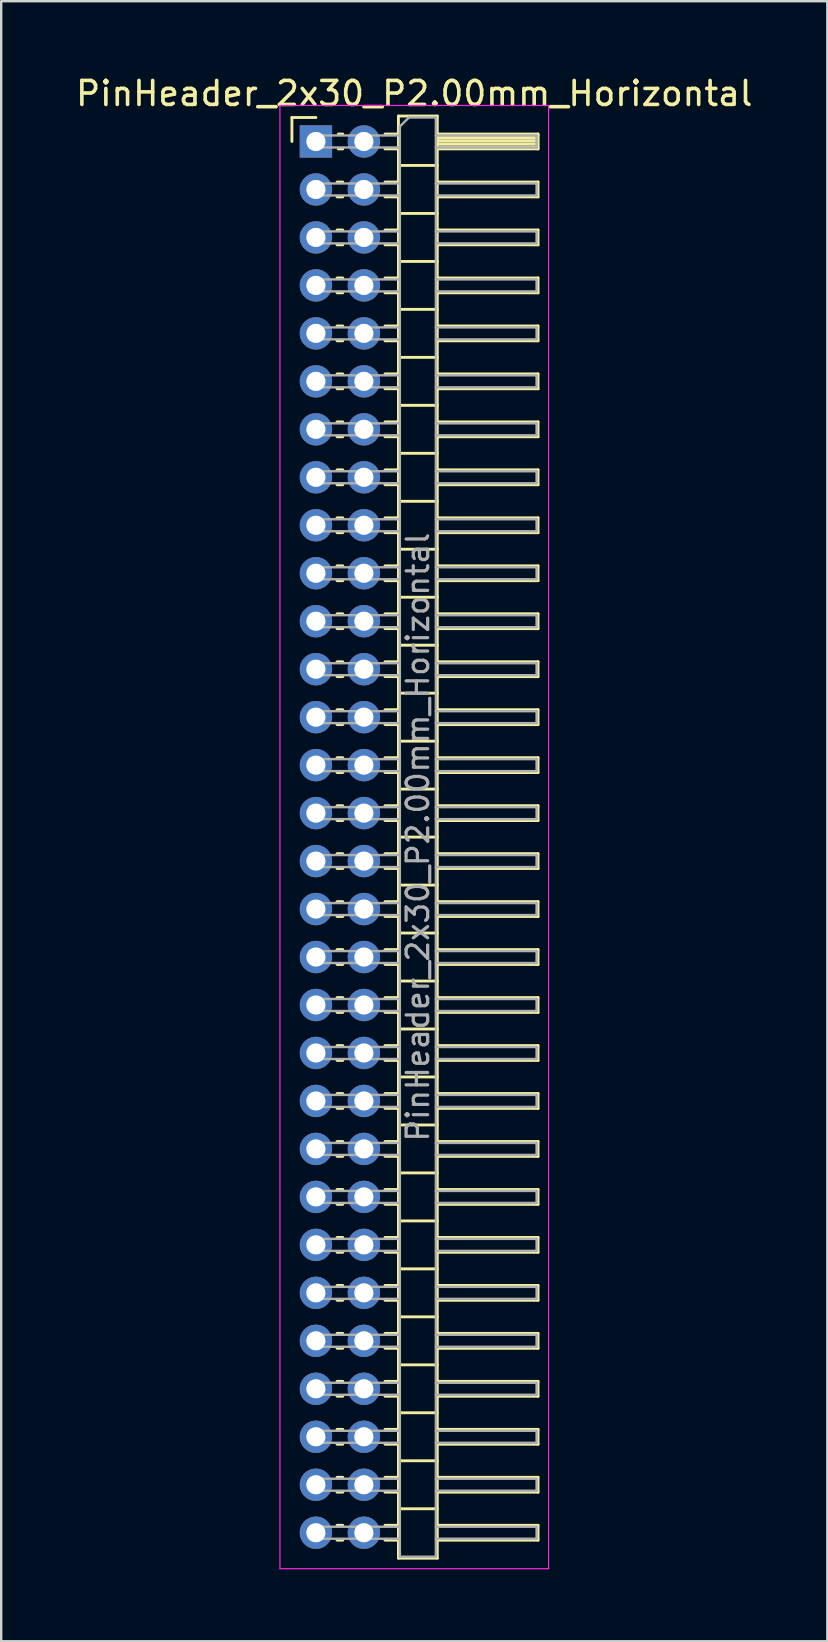
<source format=kicad_pcb>
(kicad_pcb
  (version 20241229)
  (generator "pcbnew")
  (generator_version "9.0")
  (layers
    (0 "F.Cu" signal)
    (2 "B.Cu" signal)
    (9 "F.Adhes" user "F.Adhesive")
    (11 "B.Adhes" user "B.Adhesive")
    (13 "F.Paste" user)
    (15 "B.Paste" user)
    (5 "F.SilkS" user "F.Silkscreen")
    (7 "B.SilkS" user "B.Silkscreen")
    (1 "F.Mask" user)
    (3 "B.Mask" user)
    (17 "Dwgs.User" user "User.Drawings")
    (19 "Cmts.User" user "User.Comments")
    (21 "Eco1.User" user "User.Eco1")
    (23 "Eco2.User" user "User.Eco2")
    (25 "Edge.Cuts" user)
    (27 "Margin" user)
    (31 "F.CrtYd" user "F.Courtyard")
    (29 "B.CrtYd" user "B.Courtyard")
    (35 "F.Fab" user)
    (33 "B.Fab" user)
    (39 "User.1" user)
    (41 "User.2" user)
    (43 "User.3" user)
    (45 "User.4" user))
  (footprint "PinHeader_2x30_P2.00mm_Horizontal"
    (layer "F.Cu")
    (at 10.12 2.848)
    (property "Reference" "PinHeader_2x30_P2.00mm_Horizontal" (at 4.1 -2 0) (layer "F.SilkS") (effects (font (size 1 1) (thickness 0.15))))
    (attr through_hole)
    (fp_line (start -1 -1) (end 0 -1) (stroke (width 0.12) (type solid)) (layer "F.SilkS"))
    (fp_line (start -1 0) (end -1 -1) (stroke (width 0.12) (type solid)) (layer "F.SilkS"))
    (fp_line (start 0.882 1.69) (end 1.118 1.69) (stroke (width 0.12) (type solid)) (layer "F.SilkS"))
    (fp_line (start 0.882 2.31) (end 1.118 2.31) (stroke (width 0.12) (type solid)) (layer "F.SilkS"))
    (fp_line (start 0.882 3.69) (end 1.118 3.69) (stroke (width 0.12) (type solid)) (layer "F.SilkS"))
    (fp_line (start 0.882 4.31) (end 1.118 4.31) (stroke (width 0.12) (type solid)) (layer "F.SilkS"))
    (fp_line (start 0.882 5.69) (end 1.118 5.69) (stroke (width 0.12) (type solid)) (layer "F.SilkS"))
    (fp_line (start 0.882 6.31) (end 1.118 6.31) (stroke (width 0.12) (type solid)) (layer "F.SilkS"))
    (fp_line (start 0.882 7.69) (end 1.118 7.69) (stroke (width 0.12) (type solid)) (layer "F.SilkS"))
    (fp_line (start 0.882 8.31) (end 1.118 8.31) (stroke (width 0.12) (type solid)) (layer "F.SilkS"))
    (fp_line (start 0.882 9.69) (end 1.118 9.69) (stroke (width 0.12) (type solid)) (layer "F.SilkS"))
    (fp_line (start 0.882 10.31) (end 1.118 10.31) (stroke (width 0.12) (type solid)) (layer "F.SilkS"))
    (fp_line (start 0.882 11.69) (end 1.118 11.69) (stroke (width 0.12) (type solid)) (layer "F.SilkS"))
    (fp_line (start 0.882 12.31) (end 1.118 12.31) (stroke (width 0.12) (type solid)) (layer "F.SilkS"))
    (fp_line (start 0.882 13.69) (end 1.118 13.69) (stroke (width 0.12) (type solid)) (layer "F.SilkS"))
    (fp_line (start 0.882 14.31) (end 1.118 14.31) (stroke (width 0.12) (type solid)) (layer "F.SilkS"))
    (fp_line (start 0.882 15.69) (end 1.118 15.69) (stroke (width 0.12) (type solid)) (layer "F.SilkS"))
    (fp_line (start 0.882 16.31) (end 1.118 16.31) (stroke (width 0.12) (type solid)) (layer "F.SilkS"))
    (fp_line (start 0.882 17.69) (end 1.118 17.69) (stroke (width 0.12) (type solid)) (layer "F.SilkS"))
    (fp_line (start 0.882 18.31) (end 1.118 18.31) (stroke (width 0.12) (type solid)) (layer "F.SilkS"))
    (fp_line (start 0.882 19.69) (end 1.118 19.69) (stroke (width 0.12) (type solid)) (layer "F.SilkS"))
    (fp_line (start 0.882 20.31) (end 1.118 20.31) (stroke (width 0.12) (type solid)) (layer "F.SilkS"))
    (fp_line (start 0.882 21.69) (end 1.118 21.69) (stroke (width 0.12) (type solid)) (layer "F.SilkS"))
    (fp_line (start 0.882 22.31) (end 1.118 22.31) (stroke (width 0.12) (type solid)) (layer "F.SilkS"))
    (fp_line (start 0.882 23.69) (end 1.118 23.69) (stroke (width 0.12) (type solid)) (layer "F.SilkS"))
    (fp_line (start 0.882 24.31) (end 1.118 24.31) (stroke (width 0.12) (type solid)) (layer "F.SilkS"))
    (fp_line (start 0.882 25.69) (end 1.118 25.69) (stroke (width 0.12) (type solid)) (layer "F.SilkS"))
    (fp_line (start 0.882 26.31) (end 1.118 26.31) (stroke (width 0.12) (type solid)) (layer "F.SilkS"))
    (fp_line (start 0.882 27.69) (end 1.118 27.69) (stroke (width 0.12) (type solid)) (layer "F.SilkS"))
    (fp_line (start 0.882 28.31) (end 1.118 28.31) (stroke (width 0.12) (type solid)) (layer "F.SilkS"))
    (fp_line (start 0.882 29.69) (end 1.118 29.69) (stroke (width 0.12) (type solid)) (layer "F.SilkS"))
    (fp_line (start 0.882 30.31) (end 1.118 30.31) (stroke (width 0.12) (type solid)) (layer "F.SilkS"))
    (fp_line (start 0.882 31.69) (end 1.118 31.69) (stroke (width 0.12) (type solid)) (layer "F.SilkS"))
    (fp_line (start 0.882 32.31) (end 1.118 32.31) (stroke (width 0.12) (type solid)) (layer "F.SilkS"))
    (fp_line (start 0.882 33.69) (end 1.118 33.69) (stroke (width 0.12) (type solid)) (layer "F.SilkS"))
    (fp_line (start 0.882 34.31) (end 1.118 34.31) (stroke (width 0.12) (type solid)) (layer "F.SilkS"))
    (fp_line (start 0.882 35.69) (end 1.118 35.69) (stroke (width 0.12) (type solid)) (layer "F.SilkS"))
    (fp_line (start 0.882 36.31) (end 1.118 36.31) (stroke (width 0.12) (type solid)) (layer "F.SilkS"))
    (fp_line (start 0.882 37.69) (end 1.118 37.69) (stroke (width 0.12) (type solid)) (layer "F.SilkS"))
    (fp_line (start 0.882 38.31) (end 1.118 38.31) (stroke (width 0.12) (type solid)) (layer "F.SilkS"))
    (fp_line (start 0.882 39.69) (end 1.118 39.69) (stroke (width 0.12) (type solid)) (layer "F.SilkS"))
    (fp_line (start 0.882 40.31) (end 1.118 40.31) (stroke (width 0.12) (type solid)) (layer "F.SilkS"))
    (fp_line (start 0.882 41.69) (end 1.118 41.69) (stroke (width 0.12) (type solid)) (layer "F.SilkS"))
    (fp_line (start 0.882 42.31) (end 1.118 42.31) (stroke (width 0.12) (type solid)) (layer "F.SilkS"))
    (fp_line (start 0.882 43.69) (end 1.118 43.69) (stroke (width 0.12) (type solid)) (layer "F.SilkS"))
    (fp_line (start 0.882 44.31) (end 1.118 44.31) (stroke (width 0.12) (type solid)) (layer "F.SilkS"))
    (fp_line (start 0.882 45.69) (end 1.118 45.69) (stroke (width 0.12) (type solid)) (layer "F.SilkS"))
    (fp_line (start 0.882 46.31) (end 1.118 46.31) (stroke (width 0.12) (type solid)) (layer "F.SilkS"))
    (fp_line (start 0.882 47.69) (end 1.118 47.69) (stroke (width 0.12) (type solid)) (layer "F.SilkS"))
    (fp_line (start 0.882 48.31) (end 1.118 48.31) (stroke (width 0.12) (type solid)) (layer "F.SilkS"))
    (fp_line (start 0.882 49.69) (end 1.118 49.69) (stroke (width 0.12) (type solid)) (layer "F.SilkS"))
    (fp_line (start 0.882 50.31) (end 1.118 50.31) (stroke (width 0.12) (type solid)) (layer "F.SilkS"))
    (fp_line (start 0.882 51.69) (end 1.118 51.69) (stroke (width 0.12) (type solid)) (layer "F.SilkS"))
    (fp_line (start 0.882 52.31) (end 1.118 52.31) (stroke (width 0.12) (type solid)) (layer "F.SilkS"))
    (fp_line (start 0.882 53.69) (end 1.118 53.69) (stroke (width 0.12) (type solid)) (layer "F.SilkS"))
    (fp_line (start 0.882 54.31) (end 1.118 54.31) (stroke (width 0.12) (type solid)) (layer "F.SilkS"))
    (fp_line (start 0.882 55.69) (end 1.118 55.69) (stroke (width 0.12) (type solid)) (layer "F.SilkS"))
    (fp_line (start 0.882 56.31) (end 1.118 56.31) (stroke (width 0.12) (type solid)) (layer "F.SilkS"))
    (fp_line (start 0.882 57.69) (end 1.118 57.69) (stroke (width 0.12) (type solid)) (layer "F.SilkS"))
    (fp_line (start 0.882 58.31) (end 1.118 58.31) (stroke (width 0.12) (type solid)) (layer "F.SilkS"))
    (fp_line (start 0.935 -0.31) (end 1.118 -0.31) (stroke (width 0.12) (type solid)) (layer "F.SilkS"))
    (fp_line (start 0.935 0.31) (end 1.118 0.31) (stroke (width 0.12) (type solid)) (layer "F.SilkS"))
    (fp_line (start 2.882 -0.31) (end 3.44 -0.31) (stroke (width 0.12) (type solid)) (layer "F.SilkS"))
    (fp_line (start 2.882 0.31) (end 3.44 0.31) (stroke (width 0.12) (type solid)) (layer "F.SilkS"))
    (fp_line (start 2.882 1.69) (end 3.44 1.69) (stroke (width 0.12) (type solid)) (layer "F.SilkS"))
    (fp_line (start 2.882 2.31) (end 3.44 2.31) (stroke (width 0.12) (type solid)) (layer "F.SilkS"))
    (fp_line (start 2.882 3.69) (end 3.44 3.69) (stroke (width 0.12) (type solid)) (layer "F.SilkS"))
    (fp_line (start 2.882 4.31) (end 3.44 4.31) (stroke (width 0.12) (type solid)) (layer "F.SilkS"))
    (fp_line (start 2.882 5.69) (end 3.44 5.69) (stroke (width 0.12) (type solid)) (layer "F.SilkS"))
    (fp_line (start 2.882 6.31) (end 3.44 6.31) (stroke (width 0.12) (type solid)) (layer "F.SilkS"))
    (fp_line (start 2.882 7.69) (end 3.44 7.69) (stroke (width 0.12) (type solid)) (layer "F.SilkS"))
    (fp_line (start 2.882 8.31) (end 3.44 8.31) (stroke (width 0.12) (type solid)) (layer "F.SilkS"))
    (fp_line (start 2.882 9.69) (end 3.44 9.69) (stroke (width 0.12) (type solid)) (layer "F.SilkS"))
    (fp_line (start 2.882 10.31) (end 3.44 10.31) (stroke (width 0.12) (type solid)) (layer "F.SilkS"))
    (fp_line (start 2.882 11.69) (end 3.44 11.69) (stroke (width 0.12) (type solid)) (layer "F.SilkS"))
    (fp_line (start 2.882 12.31) (end 3.44 12.31) (stroke (width 0.12) (type solid)) (layer "F.SilkS"))
    (fp_line (start 2.882 13.69) (end 3.44 13.69) (stroke (width 0.12) (type solid)) (layer "F.SilkS"))
    (fp_line (start 2.882 14.31) (end 3.44 14.31) (stroke (width 0.12) (type solid)) (layer "F.SilkS"))
    (fp_line (start 2.882 15.69) (end 3.44 15.69) (stroke (width 0.12) (type solid)) (layer "F.SilkS"))
    (fp_line (start 2.882 16.31) (end 3.44 16.31) (stroke (width 0.12) (type solid)) (layer "F.SilkS"))
    (fp_line (start 2.882 17.69) (end 3.44 17.69) (stroke (width 0.12) (type solid)) (layer "F.SilkS"))
    (fp_line (start 2.882 18.31) (end 3.44 18.31) (stroke (width 0.12) (type solid)) (layer "F.SilkS"))
    (fp_line (start 2.882 19.69) (end 3.44 19.69) (stroke (width 0.12) (type solid)) (layer "F.SilkS"))
    (fp_line (start 2.882 20.31) (end 3.44 20.31) (stroke (width 0.12) (type solid)) (layer "F.SilkS"))
    (fp_line (start 2.882 21.69) (end 3.44 21.69) (stroke (width 0.12) (type solid)) (layer "F.SilkS"))
    (fp_line (start 2.882 22.31) (end 3.44 22.31) (stroke (width 0.12) (type solid)) (layer "F.SilkS"))
    (fp_line (start 2.882 23.69) (end 3.44 23.69) (stroke (width 0.12) (type solid)) (layer "F.SilkS"))
    (fp_line (start 2.882 24.31) (end 3.44 24.31) (stroke (width 0.12) (type solid)) (layer "F.SilkS"))
    (fp_line (start 2.882 25.69) (end 3.44 25.69) (stroke (width 0.12) (type solid)) (layer "F.SilkS"))
    (fp_line (start 2.882 26.31) (end 3.44 26.31) (stroke (width 0.12) (type solid)) (layer "F.SilkS"))
    (fp_line (start 2.882 27.69) (end 3.44 27.69) (stroke (width 0.12) (type solid)) (layer "F.SilkS"))
    (fp_line (start 2.882 28.31) (end 3.44 28.31) (stroke (width 0.12) (type solid)) (layer "F.SilkS"))
    (fp_line (start 2.882 29.69) (end 3.44 29.69) (stroke (width 0.12) (type solid)) (layer "F.SilkS"))
    (fp_line (start 2.882 30.31) (end 3.44 30.31) (stroke (width 0.12) (type solid)) (layer "F.SilkS"))
    (fp_line (start 2.882 31.69) (end 3.44 31.69) (stroke (width 0.12) (type solid)) (layer "F.SilkS"))
    (fp_line (start 2.882 32.31) (end 3.44 32.31) (stroke (width 0.12) (type solid)) (layer "F.SilkS"))
    (fp_line (start 2.882 33.69) (end 3.44 33.69) (stroke (width 0.12) (type solid)) (layer "F.SilkS"))
    (fp_line (start 2.882 34.31) (end 3.44 34.31) (stroke (width 0.12) (type solid)) (layer "F.SilkS"))
    (fp_line (start 2.882 35.69) (end 3.44 35.69) (stroke (width 0.12) (type solid)) (layer "F.SilkS"))
    (fp_line (start 2.882 36.31) (end 3.44 36.31) (stroke (width 0.12) (type solid)) (layer "F.SilkS"))
    (fp_line (start 2.882 37.69) (end 3.44 37.69) (stroke (width 0.12) (type solid)) (layer "F.SilkS"))
    (fp_line (start 2.882 38.31) (end 3.44 38.31) (stroke (width 0.12) (type solid)) (layer "F.SilkS"))
    (fp_line (start 2.882 39.69) (end 3.44 39.69) (stroke (width 0.12) (type solid)) (layer "F.SilkS"))
    (fp_line (start 2.882 40.31) (end 3.44 40.31) (stroke (width 0.12) (type solid)) (layer "F.SilkS"))
    (fp_line (start 2.882 41.69) (end 3.44 41.69) (stroke (width 0.12) (type solid)) (layer "F.SilkS"))
    (fp_line (start 2.882 42.31) (end 3.44 42.31) (stroke (width 0.12) (type solid)) (layer "F.SilkS"))
    (fp_line (start 2.882 43.69) (end 3.44 43.69) (stroke (width 0.12) (type solid)) (layer "F.SilkS"))
    (fp_line (start 2.882 44.31) (end 3.44 44.31) (stroke (width 0.12) (type solid)) (layer "F.SilkS"))
    (fp_line (start 2.882 45.69) (end 3.44 45.69) (stroke (width 0.12) (type solid)) (layer "F.SilkS"))
    (fp_line (start 2.882 46.31) (end 3.44 46.31) (stroke (width 0.12) (type solid)) (layer "F.SilkS"))
    (fp_line (start 2.882 47.69) (end 3.44 47.69) (stroke (width 0.12) (type solid)) (layer "F.SilkS"))
    (fp_line (start 2.882 48.31) (end 3.44 48.31) (stroke (width 0.12) (type solid)) (layer "F.SilkS"))
    (fp_line (start 2.882 49.69) (end 3.44 49.69) (stroke (width 0.12) (type solid)) (layer "F.SilkS"))
    (fp_line (start 2.882 50.31) (end 3.44 50.31) (stroke (width 0.12) (type solid)) (layer "F.SilkS"))
    (fp_line (start 2.882 51.69) (end 3.44 51.69) (stroke (width 0.12) (type solid)) (layer "F.SilkS"))
    (fp_line (start 2.882 52.31) (end 3.44 52.31) (stroke (width 0.12) (type solid)) (layer "F.SilkS"))
    (fp_line (start 2.882 53.69) (end 3.44 53.69) (stroke (width 0.12) (type solid)) (layer "F.SilkS"))
    (fp_line (start 2.882 54.31) (end 3.44 54.31) (stroke (width 0.12) (type solid)) (layer "F.SilkS"))
    (fp_line (start 2.882 55.69) (end 3.44 55.69) (stroke (width 0.12) (type solid)) (layer "F.SilkS"))
    (fp_line (start 2.882 56.31) (end 3.44 56.31) (stroke (width 0.12) (type solid)) (layer "F.SilkS"))
    (fp_line (start 2.882 57.69) (end 3.44 57.69) (stroke (width 0.12) (type solid)) (layer "F.SilkS"))
    (fp_line (start 2.882 58.31) (end 3.44 58.31) (stroke (width 0.12) (type solid)) (layer "F.SilkS"))
    (fp_line (start 3.44 -1.06) (end 3.44 59.06) (stroke (width 0.12) (type solid)) (layer "F.SilkS"))
    (fp_line (start 3.44 1) (end 5.06 1) (stroke (width 0.12) (type solid)) (layer "F.SilkS"))
    (fp_line (start 3.44 3) (end 5.06 3) (stroke (width 0.12) (type solid)) (layer "F.SilkS"))
    (fp_line (start 3.44 5) (end 5.06 5) (stroke (width 0.12) (type solid)) (layer "F.SilkS"))
    (fp_line (start 3.44 7) (end 5.06 7) (stroke (width 0.12) (type solid)) (layer "F.SilkS"))
    (fp_line (start 3.44 9) (end 5.06 9) (stroke (width 0.12) (type solid)) (layer "F.SilkS"))
    (fp_line (start 3.44 11) (end 5.06 11) (stroke (width 0.12) (type solid)) (layer "F.SilkS"))
    (fp_line (start 3.44 13) (end 5.06 13) (stroke (width 0.12) (type solid)) (layer "F.SilkS"))
    (fp_line (start 3.44 15) (end 5.06 15) (stroke (width 0.12) (type solid)) (layer "F.SilkS"))
    (fp_line (start 3.44 17) (end 5.06 17) (stroke (width 0.12) (type solid)) (layer "F.SilkS"))
    (fp_line (start 3.44 19) (end 5.06 19) (stroke (width 0.12) (type solid)) (layer "F.SilkS"))
    (fp_line (start 3.44 21) (end 5.06 21) (stroke (width 0.12) (type solid)) (layer "F.SilkS"))
    (fp_line (start 3.44 23) (end 5.06 23) (stroke (width 0.12) (type solid)) (layer "F.SilkS"))
    (fp_line (start 3.44 25) (end 5.06 25) (stroke (width 0.12) (type solid)) (layer "F.SilkS"))
    (fp_line (start 3.44 27) (end 5.06 27) (stroke (width 0.12) (type solid)) (layer "F.SilkS"))
    (fp_line (start 3.44 29) (end 5.06 29) (stroke (width 0.12) (type solid)) (layer "F.SilkS"))
    (fp_line (start 3.44 31) (end 5.06 31) (stroke (width 0.12) (type solid)) (layer "F.SilkS"))
    (fp_line (start 3.44 33) (end 5.06 33) (stroke (width 0.12) (type solid)) (layer "F.SilkS"))
    (fp_line (start 3.44 35) (end 5.06 35) (stroke (width 0.12) (type solid)) (layer "F.SilkS"))
    (fp_line (start 3.44 37) (end 5.06 37) (stroke (width 0.12) (type solid)) (layer "F.SilkS"))
    (fp_line (start 3.44 39) (end 5.06 39) (stroke (width 0.12) (type solid)) (layer "F.SilkS"))
    (fp_line (start 3.44 41) (end 5.06 41) (stroke (width 0.12) (type solid)) (layer "F.SilkS"))
    (fp_line (start 3.44 43) (end 5.06 43) (stroke (width 0.12) (type solid)) (layer "F.SilkS"))
    (fp_line (start 3.44 45) (end 5.06 45) (stroke (width 0.12) (type solid)) (layer "F.SilkS"))
    (fp_line (start 3.44 47) (end 5.06 47) (stroke (width 0.12) (type solid)) (layer "F.SilkS"))
    (fp_line (start 3.44 49) (end 5.06 49) (stroke (width 0.12) (type solid)) (layer "F.SilkS"))
    (fp_line (start 3.44 51) (end 5.06 51) (stroke (width 0.12) (type solid)) (layer "F.SilkS"))
    (fp_line (start 3.44 53) (end 5.06 53) (stroke (width 0.12) (type solid)) (layer "F.SilkS"))
    (fp_line (start 3.44 55) (end 5.06 55) (stroke (width 0.12) (type solid)) (layer "F.SilkS"))
    (fp_line (start 3.44 57) (end 5.06 57) (stroke (width 0.12) (type solid)) (layer "F.SilkS"))
    (fp_line (start 3.44 59.06) (end 5.06 59.06) (stroke (width 0.12) (type solid)) (layer "F.SilkS"))
    (fp_line (start 5.06 -1.06) (end 3.44 -1.06) (stroke (width 0.12) (type solid)) (layer "F.SilkS"))
    (fp_line (start 5.06 -0.31) (end 9.26 -0.31) (stroke (width 0.12) (type solid)) (layer "F.SilkS"))
    (fp_line (start 5.06 -0.25) (end 9.26 -0.25) (stroke (width 0.12) (type solid)) (layer "F.SilkS"))
    (fp_line (start 5.06 -0.13) (end 9.26 -0.13) (stroke (width 0.12) (type solid)) (layer "F.SilkS"))
    (fp_line (start 5.06 -0.01) (end 9.26 -0.01) (stroke (width 0.12) (type solid)) (layer "F.SilkS"))
    (fp_line (start 5.06 0.11) (end 9.26 0.11) (stroke (width 0.12) (type solid)) (layer "F.SilkS"))
    (fp_line (start 5.06 0.23) (end 9.26 0.23) (stroke (width 0.12) (type solid)) (layer "F.SilkS"))
    (fp_line (start 5.06 1.69) (end 9.26 1.69) (stroke (width 0.12) (type solid)) (layer "F.SilkS"))
    (fp_line (start 5.06 3.69) (end 9.26 3.69) (stroke (width 0.12) (type solid)) (layer "F.SilkS"))
    (fp_line (start 5.06 5.69) (end 9.26 5.69) (stroke (width 0.12) (type solid)) (layer "F.SilkS"))
    (fp_line (start 5.06 7.69) (end 9.26 7.69) (stroke (width 0.12) (type solid)) (layer "F.SilkS"))
    (fp_line (start 5.06 9.69) (end 9.26 9.69) (stroke (width 0.12) (type solid)) (layer "F.SilkS"))
    (fp_line (start 5.06 11.69) (end 9.26 11.69) (stroke (width 0.12) (type solid)) (layer "F.SilkS"))
    (fp_line (start 5.06 13.69) (end 9.26 13.69) (stroke (width 0.12) (type solid)) (layer "F.SilkS"))
    (fp_line (start 5.06 15.69) (end 9.26 15.69) (stroke (width 0.12) (type solid)) (layer "F.SilkS"))
    (fp_line (start 5.06 17.69) (end 9.26 17.69) (stroke (width 0.12) (type solid)) (layer "F.SilkS"))
    (fp_line (start 5.06 19.69) (end 9.26 19.69) (stroke (width 0.12) (type solid)) (layer "F.SilkS"))
    (fp_line (start 5.06 21.69) (end 9.26 21.69) (stroke (width 0.12) (type solid)) (layer "F.SilkS"))
    (fp_line (start 5.06 23.69) (end 9.26 23.69) (stroke (width 0.12) (type solid)) (layer "F.SilkS"))
    (fp_line (start 5.06 25.69) (end 9.26 25.69) (stroke (width 0.12) (type solid)) (layer "F.SilkS"))
    (fp_line (start 5.06 27.69) (end 9.26 27.69) (stroke (width 0.12) (type solid)) (layer "F.SilkS"))
    (fp_line (start 5.06 29.69) (end 9.26 29.69) (stroke (width 0.12) (type solid)) (layer "F.SilkS"))
    (fp_line (start 5.06 31.69) (end 9.26 31.69) (stroke (width 0.12) (type solid)) (layer "F.SilkS"))
    (fp_line (start 5.06 33.69) (end 9.26 33.69) (stroke (width 0.12) (type solid)) (layer "F.SilkS"))
    (fp_line (start 5.06 35.69) (end 9.26 35.69) (stroke (width 0.12) (type solid)) (layer "F.SilkS"))
    (fp_line (start 5.06 37.69) (end 9.26 37.69) (stroke (width 0.12) (type solid)) (layer "F.SilkS"))
    (fp_line (start 5.06 39.69) (end 9.26 39.69) (stroke (width 0.12) (type solid)) (layer "F.SilkS"))
    (fp_line (start 5.06 41.69) (end 9.26 41.69) (stroke (width 0.12) (type solid)) (layer "F.SilkS"))
    (fp_line (start 5.06 43.69) (end 9.26 43.69) (stroke (width 0.12) (type solid)) (layer "F.SilkS"))
    (fp_line (start 5.06 45.69) (end 9.26 45.69) (stroke (width 0.12) (type solid)) (layer "F.SilkS"))
    (fp_line (start 5.06 47.69) (end 9.26 47.69) (stroke (width 0.12) (type solid)) (layer "F.SilkS"))
    (fp_line (start 5.06 49.69) (end 9.26 49.69) (stroke (width 0.12) (type solid)) (layer "F.SilkS"))
    (fp_line (start 5.06 51.69) (end 9.26 51.69) (stroke (width 0.12) (type solid)) (layer "F.SilkS"))
    (fp_line (start 5.06 53.69) (end 9.26 53.69) (stroke (width 0.12) (type solid)) (layer "F.SilkS"))
    (fp_line (start 5.06 55.69) (end 9.26 55.69) (stroke (width 0.12) (type solid)) (layer "F.SilkS"))
    (fp_line (start 5.06 57.69) (end 9.26 57.69) (stroke (width 0.12) (type solid)) (layer "F.SilkS"))
    (fp_line (start 5.06 59.06) (end 5.06 -1.06) (stroke (width 0.12) (type solid)) (layer "F.SilkS"))
    (fp_line (start 9.26 -0.31) (end 9.26 0.31) (stroke (width 0.12) (type solid)) (layer "F.SilkS"))
    (fp_line (start 9.26 0.31) (end 5.06 0.31) (stroke (width 0.12) (type solid)) (layer "F.SilkS"))
    (fp_line (start 9.26 1.69) (end 9.26 2.31) (stroke (width 0.12) (type solid)) (layer "F.SilkS"))
    (fp_line (start 9.26 2.31) (end 5.06 2.31) (stroke (width 0.12) (type solid)) (layer "F.SilkS"))
    (fp_line (start 9.26 3.69) (end 9.26 4.31) (stroke (width 0.12) (type solid)) (layer "F.SilkS"))
    (fp_line (start 9.26 4.31) (end 5.06 4.31) (stroke (width 0.12) (type solid)) (layer "F.SilkS"))
    (fp_line (start 9.26 5.69) (end 9.26 6.31) (stroke (width 0.12) (type solid)) (layer "F.SilkS"))
    (fp_line (start 9.26 6.31) (end 5.06 6.31) (stroke (width 0.12) (type solid)) (layer "F.SilkS"))
    (fp_line (start 9.26 7.69) (end 9.26 8.31) (stroke (width 0.12) (type solid)) (layer "F.SilkS"))
    (fp_line (start 9.26 8.31) (end 5.06 8.31) (stroke (width 0.12) (type solid)) (layer "F.SilkS"))
    (fp_line (start 9.26 9.69) (end 9.26 10.31) (stroke (width 0.12) (type solid)) (layer "F.SilkS"))
    (fp_line (start 9.26 10.31) (end 5.06 10.31) (stroke (width 0.12) (type solid)) (layer "F.SilkS"))
    (fp_line (start 9.26 11.69) (end 9.26 12.31) (stroke (width 0.12) (type solid)) (layer "F.SilkS"))
    (fp_line (start 9.26 12.31) (end 5.06 12.31) (stroke (width 0.12) (type solid)) (layer "F.SilkS"))
    (fp_line (start 9.26 13.69) (end 9.26 14.31) (stroke (width 0.12) (type solid)) (layer "F.SilkS"))
    (fp_line (start 9.26 14.31) (end 5.06 14.31) (stroke (width 0.12) (type solid)) (layer "F.SilkS"))
    (fp_line (start 9.26 15.69) (end 9.26 16.31) (stroke (width 0.12) (type solid)) (layer "F.SilkS"))
    (fp_line (start 9.26 16.31) (end 5.06 16.31) (stroke (width 0.12) (type solid)) (layer "F.SilkS"))
    (fp_line (start 9.26 17.69) (end 9.26 18.31) (stroke (width 0.12) (type solid)) (layer "F.SilkS"))
    (fp_line (start 9.26 18.31) (end 5.06 18.31) (stroke (width 0.12) (type solid)) (layer "F.SilkS"))
    (fp_line (start 9.26 19.69) (end 9.26 20.31) (stroke (width 0.12) (type solid)) (layer "F.SilkS"))
    (fp_line (start 9.26 20.31) (end 5.06 20.31) (stroke (width 0.12) (type solid)) (layer "F.SilkS"))
    (fp_line (start 9.26 21.69) (end 9.26 22.31) (stroke (width 0.12) (type solid)) (layer "F.SilkS"))
    (fp_line (start 9.26 22.31) (end 5.06 22.31) (stroke (width 0.12) (type solid)) (layer "F.SilkS"))
    (fp_line (start 9.26 23.69) (end 9.26 24.31) (stroke (width 0.12) (type solid)) (layer "F.SilkS"))
    (fp_line (start 9.26 24.31) (end 5.06 24.31) (stroke (width 0.12) (type solid)) (layer "F.SilkS"))
    (fp_line (start 9.26 25.69) (end 9.26 26.31) (stroke (width 0.12) (type solid)) (layer "F.SilkS"))
    (fp_line (start 9.26 26.31) (end 5.06 26.31) (stroke (width 0.12) (type solid)) (layer "F.SilkS"))
    (fp_line (start 9.26 27.69) (end 9.26 28.31) (stroke (width 0.12) (type solid)) (layer "F.SilkS"))
    (fp_line (start 9.26 28.31) (end 5.06 28.31) (stroke (width 0.12) (type solid)) (layer "F.SilkS"))
    (fp_line (start 9.26 29.69) (end 9.26 30.31) (stroke (width 0.12) (type solid)) (layer "F.SilkS"))
    (fp_line (start 9.26 30.31) (end 5.06 30.31) (stroke (width 0.12) (type solid)) (layer "F.SilkS"))
    (fp_line (start 9.26 31.69) (end 9.26 32.31) (stroke (width 0.12) (type solid)) (layer "F.SilkS"))
    (fp_line (start 9.26 32.31) (end 5.06 32.31) (stroke (width 0.12) (type solid)) (layer "F.SilkS"))
    (fp_line (start 9.26 33.69) (end 9.26 34.31) (stroke (width 0.12) (type solid)) (layer "F.SilkS"))
    (fp_line (start 9.26 34.31) (end 5.06 34.31) (stroke (width 0.12) (type solid)) (layer "F.SilkS"))
    (fp_line (start 9.26 35.69) (end 9.26 36.31) (stroke (width 0.12) (type solid)) (layer "F.SilkS"))
    (fp_line (start 9.26 36.31) (end 5.06 36.31) (stroke (width 0.12) (type solid)) (layer "F.SilkS"))
    (fp_line (start 9.26 37.69) (end 9.26 38.31) (stroke (width 0.12) (type solid)) (layer "F.SilkS"))
    (fp_line (start 9.26 38.31) (end 5.06 38.31) (stroke (width 0.12) (type solid)) (layer "F.SilkS"))
    (fp_line (start 9.26 39.69) (end 9.26 40.31) (stroke (width 0.12) (type solid)) (layer "F.SilkS"))
    (fp_line (start 9.26 40.31) (end 5.06 40.31) (stroke (width 0.12) (type solid)) (layer "F.SilkS"))
    (fp_line (start 9.26 41.69) (end 9.26 42.31) (stroke (width 0.12) (type solid)) (layer "F.SilkS"))
    (fp_line (start 9.26 42.31) (end 5.06 42.31) (stroke (width 0.12) (type solid)) (layer "F.SilkS"))
    (fp_line (start 9.26 43.69) (end 9.26 44.31) (stroke (width 0.12) (type solid)) (layer "F.SilkS"))
    (fp_line (start 9.26 44.31) (end 5.06 44.31) (stroke (width 0.12) (type solid)) (layer "F.SilkS"))
    (fp_line (start 9.26 45.69) (end 9.26 46.31) (stroke (width 0.12) (type solid)) (layer "F.SilkS"))
    (fp_line (start 9.26 46.31) (end 5.06 46.31) (stroke (width 0.12) (type solid)) (layer "F.SilkS"))
    (fp_line (start 9.26 47.69) (end 9.26 48.31) (stroke (width 0.12) (type solid)) (layer "F.SilkS"))
    (fp_line (start 9.26 48.31) (end 5.06 48.31) (stroke (width 0.12) (type solid)) (layer "F.SilkS"))
    (fp_line (start 9.26 49.69) (end 9.26 50.31) (stroke (width 0.12) (type solid)) (layer "F.SilkS"))
    (fp_line (start 9.26 50.31) (end 5.06 50.31) (stroke (width 0.12) (type solid)) (layer "F.SilkS"))
    (fp_line (start 9.26 51.69) (end 9.26 52.31) (stroke (width 0.12) (type solid)) (layer "F.SilkS"))
    (fp_line (start 9.26 52.31) (end 5.06 52.31) (stroke (width 0.12) (type solid)) (layer "F.SilkS"))
    (fp_line (start 9.26 53.69) (end 9.26 54.31) (stroke (width 0.12) (type solid)) (layer "F.SilkS"))
    (fp_line (start 9.26 54.31) (end 5.06 54.31) (stroke (width 0.12) (type solid)) (layer "F.SilkS"))
    (fp_line (start 9.26 55.69) (end 9.26 56.31) (stroke (width 0.12) (type solid)) (layer "F.SilkS"))
    (fp_line (start 9.26 56.31) (end 5.06 56.31) (stroke (width 0.12) (type solid)) (layer "F.SilkS"))
    (fp_line (start 9.26 57.69) (end 9.26 58.31) (stroke (width 0.12) (type solid)) (layer "F.SilkS"))
    (fp_line (start 9.26 58.31) (end 5.06 58.31) (stroke (width 0.12) (type solid)) (layer "F.SilkS"))
    (fp_line (start -1.5 -1.5) (end -1.5 59.5) (stroke (width 0.05) (type solid)) (layer "F.CrtYd"))
    (fp_line (start -1.5 59.5) (end 9.7 59.5) (stroke (width 0.05) (type solid)) (layer "F.CrtYd"))
    (fp_line (start 9.7 -1.5) (end -1.5 -1.5) (stroke (width 0.05) (type solid)) (layer "F.CrtYd"))
    (fp_line (start 9.7 59.5) (end 9.7 -1.5) (stroke (width 0.05) (type solid)) (layer "F.CrtYd"))
    (fp_line (start -0.25 -0.25) (end -0.25 0.25) (stroke (width 0.1) (type solid)) (layer "F.Fab"))
    (fp_line (start -0.25 -0.25) (end 3.5 -0.25) (stroke (width 0.1) (type solid)) (layer "F.Fab"))
    (fp_line (start -0.25 0.25) (end 3.5 0.25) (stroke (width 0.1) (type solid)) (layer "F.Fab"))
    (fp_line (start -0.25 1.75) (end -0.25 2.25) (stroke (width 0.1) (type solid)) (layer "F.Fab"))
    (fp_line (start -0.25 1.75) (end 3.5 1.75) (stroke (width 0.1) (type solid)) (layer "F.Fab"))
    (fp_line (start -0.25 2.25) (end 3.5 2.25) (stroke (width 0.1) (type solid)) (layer "F.Fab"))
    (fp_line (start -0.25 3.75) (end -0.25 4.25) (stroke (width 0.1) (type solid)) (layer "F.Fab"))
    (fp_line (start -0.25 3.75) (end 3.5 3.75) (stroke (width 0.1) (type solid)) (layer "F.Fab"))
    (fp_line (start -0.25 4.25) (end 3.5 4.25) (stroke (width 0.1) (type solid)) (layer "F.Fab"))
    (fp_line (start -0.25 5.75) (end -0.25 6.25) (stroke (width 0.1) (type solid)) (layer "F.Fab"))
    (fp_line (start -0.25 5.75) (end 3.5 5.75) (stroke (width 0.1) (type solid)) (layer "F.Fab"))
    (fp_line (start -0.25 6.25) (end 3.5 6.25) (stroke (width 0.1) (type solid)) (layer "F.Fab"))
    (fp_line (start -0.25 7.75) (end -0.25 8.25) (stroke (width 0.1) (type solid)) (layer "F.Fab"))
    (fp_line (start -0.25 7.75) (end 3.5 7.75) (stroke (width 0.1) (type solid)) (layer "F.Fab"))
    (fp_line (start -0.25 8.25) (end 3.5 8.25) (stroke (width 0.1) (type solid)) (layer "F.Fab"))
    (fp_line (start -0.25 9.75) (end -0.25 10.25) (stroke (width 0.1) (type solid)) (layer "F.Fab"))
    (fp_line (start -0.25 9.75) (end 3.5 9.75) (stroke (width 0.1) (type solid)) (layer "F.Fab"))
    (fp_line (start -0.25 10.25) (end 3.5 10.25) (stroke (width 0.1) (type solid)) (layer "F.Fab"))
    (fp_line (start -0.25 11.75) (end -0.25 12.25) (stroke (width 0.1) (type solid)) (layer "F.Fab"))
    (fp_line (start -0.25 11.75) (end 3.5 11.75) (stroke (width 0.1) (type solid)) (layer "F.Fab"))
    (fp_line (start -0.25 12.25) (end 3.5 12.25) (stroke (width 0.1) (type solid)) (layer "F.Fab"))
    (fp_line (start -0.25 13.75) (end -0.25 14.25) (stroke (width 0.1) (type solid)) (layer "F.Fab"))
    (fp_line (start -0.25 13.75) (end 3.5 13.75) (stroke (width 0.1) (type solid)) (layer "F.Fab"))
    (fp_line (start -0.25 14.25) (end 3.5 14.25) (stroke (width 0.1) (type solid)) (layer "F.Fab"))
    (fp_line (start -0.25 15.75) (end -0.25 16.25) (stroke (width 0.1) (type solid)) (layer "F.Fab"))
    (fp_line (start -0.25 15.75) (end 3.5 15.75) (stroke (width 0.1) (type solid)) (layer "F.Fab"))
    (fp_line (start -0.25 16.25) (end 3.5 16.25) (stroke (width 0.1) (type solid)) (layer "F.Fab"))
    (fp_line (start -0.25 17.75) (end -0.25 18.25) (stroke (width 0.1) (type solid)) (layer "F.Fab"))
    (fp_line (start -0.25 17.75) (end 3.5 17.75) (stroke (width 0.1) (type solid)) (layer "F.Fab"))
    (fp_line (start -0.25 18.25) (end 3.5 18.25) (stroke (width 0.1) (type solid)) (layer "F.Fab"))
    (fp_line (start -0.25 19.75) (end -0.25 20.25) (stroke (width 0.1) (type solid)) (layer "F.Fab"))
    (fp_line (start -0.25 19.75) (end 3.5 19.75) (stroke (width 0.1) (type solid)) (layer "F.Fab"))
    (fp_line (start -0.25 20.25) (end 3.5 20.25) (stroke (width 0.1) (type solid)) (layer "F.Fab"))
    (fp_line (start -0.25 21.75) (end -0.25 22.25) (stroke (width 0.1) (type solid)) (layer "F.Fab"))
    (fp_line (start -0.25 21.75) (end 3.5 21.75) (stroke (width 0.1) (type solid)) (layer "F.Fab"))
    (fp_line (start -0.25 22.25) (end 3.5 22.25) (stroke (width 0.1) (type solid)) (layer "F.Fab"))
    (fp_line (start -0.25 23.75) (end -0.25 24.25) (stroke (width 0.1) (type solid)) (layer "F.Fab"))
    (fp_line (start -0.25 23.75) (end 3.5 23.75) (stroke (width 0.1) (type solid)) (layer "F.Fab"))
    (fp_line (start -0.25 24.25) (end 3.5 24.25) (stroke (width 0.1) (type solid)) (layer "F.Fab"))
    (fp_line (start -0.25 25.75) (end -0.25 26.25) (stroke (width 0.1) (type solid)) (layer "F.Fab"))
    (fp_line (start -0.25 25.75) (end 3.5 25.75) (stroke (width 0.1) (type solid)) (layer "F.Fab"))
    (fp_line (start -0.25 26.25) (end 3.5 26.25) (stroke (width 0.1) (type solid)) (layer "F.Fab"))
    (fp_line (start -0.25 27.75) (end -0.25 28.25) (stroke (width 0.1) (type solid)) (layer "F.Fab"))
    (fp_line (start -0.25 27.75) (end 3.5 27.75) (stroke (width 0.1) (type solid)) (layer "F.Fab"))
    (fp_line (start -0.25 28.25) (end 3.5 28.25) (stroke (width 0.1) (type solid)) (layer "F.Fab"))
    (fp_line (start -0.25 29.75) (end -0.25 30.25) (stroke (width 0.1) (type solid)) (layer "F.Fab"))
    (fp_line (start -0.25 29.75) (end 3.5 29.75) (stroke (width 0.1) (type solid)) (layer "F.Fab"))
    (fp_line (start -0.25 30.25) (end 3.5 30.25) (stroke (width 0.1) (type solid)) (layer "F.Fab"))
    (fp_line (start -0.25 31.75) (end -0.25 32.25) (stroke (width 0.1) (type solid)) (layer "F.Fab"))
    (fp_line (start -0.25 31.75) (end 3.5 31.75) (stroke (width 0.1) (type solid)) (layer "F.Fab"))
    (fp_line (start -0.25 32.25) (end 3.5 32.25) (stroke (width 0.1) (type solid)) (layer "F.Fab"))
    (fp_line (start -0.25 33.75) (end -0.25 34.25) (stroke (width 0.1) (type solid)) (layer "F.Fab"))
    (fp_line (start -0.25 33.75) (end 3.5 33.75) (stroke (width 0.1) (type solid)) (layer "F.Fab"))
    (fp_line (start -0.25 34.25) (end 3.5 34.25) (stroke (width 0.1) (type solid)) (layer "F.Fab"))
    (fp_line (start -0.25 35.75) (end -0.25 36.25) (stroke (width 0.1) (type solid)) (layer "F.Fab"))
    (fp_line (start -0.25 35.75) (end 3.5 35.75) (stroke (width 0.1) (type solid)) (layer "F.Fab"))
    (fp_line (start -0.25 36.25) (end 3.5 36.25) (stroke (width 0.1) (type solid)) (layer "F.Fab"))
    (fp_line (start -0.25 37.75) (end -0.25 38.25) (stroke (width 0.1) (type solid)) (layer "F.Fab"))
    (fp_line (start -0.25 37.75) (end 3.5 37.75) (stroke (width 0.1) (type solid)) (layer "F.Fab"))
    (fp_line (start -0.25 38.25) (end 3.5 38.25) (stroke (width 0.1) (type solid)) (layer "F.Fab"))
    (fp_line (start -0.25 39.75) (end -0.25 40.25) (stroke (width 0.1) (type solid)) (layer "F.Fab"))
    (fp_line (start -0.25 39.75) (end 3.5 39.75) (stroke (width 0.1) (type solid)) (layer "F.Fab"))
    (fp_line (start -0.25 40.25) (end 3.5 40.25) (stroke (width 0.1) (type solid)) (layer "F.Fab"))
    (fp_line (start -0.25 41.75) (end -0.25 42.25) (stroke (width 0.1) (type solid)) (layer "F.Fab"))
    (fp_line (start -0.25 41.75) (end 3.5 41.75) (stroke (width 0.1) (type solid)) (layer "F.Fab"))
    (fp_line (start -0.25 42.25) (end 3.5 42.25) (stroke (width 0.1) (type solid)) (layer "F.Fab"))
    (fp_line (start -0.25 43.75) (end -0.25 44.25) (stroke (width 0.1) (type solid)) (layer "F.Fab"))
    (fp_line (start -0.25 43.75) (end 3.5 43.75) (stroke (width 0.1) (type solid)) (layer "F.Fab"))
    (fp_line (start -0.25 44.25) (end 3.5 44.25) (stroke (width 0.1) (type solid)) (layer "F.Fab"))
    (fp_line (start -0.25 45.75) (end -0.25 46.25) (stroke (width 0.1) (type solid)) (layer "F.Fab"))
    (fp_line (start -0.25 45.75) (end 3.5 45.75) (stroke (width 0.1) (type solid)) (layer "F.Fab"))
    (fp_line (start -0.25 46.25) (end 3.5 46.25) (stroke (width 0.1) (type solid)) (layer "F.Fab"))
    (fp_line (start -0.25 47.75) (end -0.25 48.25) (stroke (width 0.1) (type solid)) (layer "F.Fab"))
    (fp_line (start -0.25 47.75) (end 3.5 47.75) (stroke (width 0.1) (type solid)) (layer "F.Fab"))
    (fp_line (start -0.25 48.25) (end 3.5 48.25) (stroke (width 0.1) (type solid)) (layer "F.Fab"))
    (fp_line (start -0.25 49.75) (end -0.25 50.25) (stroke (width 0.1) (type solid)) (layer "F.Fab"))
    (fp_line (start -0.25 49.75) (end 3.5 49.75) (stroke (width 0.1) (type solid)) (layer "F.Fab"))
    (fp_line (start -0.25 50.25) (end 3.5 50.25) (stroke (width 0.1) (type solid)) (layer "F.Fab"))
    (fp_line (start -0.25 51.75) (end -0.25 52.25) (stroke (width 0.1) (type solid)) (layer "F.Fab"))
    (fp_line (start -0.25 51.75) (end 3.5 51.75) (stroke (width 0.1) (type solid)) (layer "F.Fab"))
    (fp_line (start -0.25 52.25) (end 3.5 52.25) (stroke (width 0.1) (type solid)) (layer "F.Fab"))
    (fp_line (start -0.25 53.75) (end -0.25 54.25) (stroke (width 0.1) (type solid)) (layer "F.Fab"))
    (fp_line (start -0.25 53.75) (end 3.5 53.75) (stroke (width 0.1) (type solid)) (layer "F.Fab"))
    (fp_line (start -0.25 54.25) (end 3.5 54.25) (stroke (width 0.1) (type solid)) (layer "F.Fab"))
    (fp_line (start -0.25 55.75) (end -0.25 56.25) (stroke (width 0.1) (type solid)) (layer "F.Fab"))
    (fp_line (start -0.25 55.75) (end 3.5 55.75) (stroke (width 0.1) (type solid)) (layer "F.Fab"))
    (fp_line (start -0.25 56.25) (end 3.5 56.25) (stroke (width 0.1) (type solid)) (layer "F.Fab"))
    (fp_line (start -0.25 57.75) (end -0.25 58.25) (stroke (width 0.1) (type solid)) (layer "F.Fab"))
    (fp_line (start -0.25 57.75) (end 3.5 57.75) (stroke (width 0.1) (type solid)) (layer "F.Fab"))
    (fp_line (start -0.25 58.25) (end 3.5 58.25) (stroke (width 0.1) (type solid)) (layer "F.Fab"))
    (fp_line (start 3.5 -0.625) (end 3.875 -1) (stroke (width 0.1) (type solid)) (layer "F.Fab"))
    (fp_line (start 3.5 59) (end 3.5 -0.625) (stroke (width 0.1) (type solid)) (layer "F.Fab"))
    (fp_line (start 3.875 -1) (end 5 -1) (stroke (width 0.1) (type solid)) (layer "F.Fab"))
    (fp_line (start 5 -1) (end 5 59) (stroke (width 0.1) (type solid)) (layer "F.Fab"))
    (fp_line (start 5 -0.25) (end 9.2 -0.25) (stroke (width 0.1) (type solid)) (layer "F.Fab"))
    (fp_line (start 5 0.25) (end 9.2 0.25) (stroke (width 0.1) (type solid)) (layer "F.Fab"))
    (fp_line (start 5 1.75) (end 9.2 1.75) (stroke (width 0.1) (type solid)) (layer "F.Fab"))
    (fp_line (start 5 2.25) (end 9.2 2.25) (stroke (width 0.1) (type solid)) (layer "F.Fab"))
    (fp_line (start 5 3.75) (end 9.2 3.75) (stroke (width 0.1) (type solid)) (layer "F.Fab"))
    (fp_line (start 5 4.25) (end 9.2 4.25) (stroke (width 0.1) (type solid)) (layer "F.Fab"))
    (fp_line (start 5 5.75) (end 9.2 5.75) (stroke (width 0.1) (type solid)) (layer "F.Fab"))
    (fp_line (start 5 6.25) (end 9.2 6.25) (stroke (width 0.1) (type solid)) (layer "F.Fab"))
    (fp_line (start 5 7.75) (end 9.2 7.75) (stroke (width 0.1) (type solid)) (layer "F.Fab"))
    (fp_line (start 5 8.25) (end 9.2 8.25) (stroke (width 0.1) (type solid)) (layer "F.Fab"))
    (fp_line (start 5 9.75) (end 9.2 9.75) (stroke (width 0.1) (type solid)) (layer "F.Fab"))
    (fp_line (start 5 10.25) (end 9.2 10.25) (stroke (width 0.1) (type solid)) (layer "F.Fab"))
    (fp_line (start 5 11.75) (end 9.2 11.75) (stroke (width 0.1) (type solid)) (layer "F.Fab"))
    (fp_line (start 5 12.25) (end 9.2 12.25) (stroke (width 0.1) (type solid)) (layer "F.Fab"))
    (fp_line (start 5 13.75) (end 9.2 13.75) (stroke (width 0.1) (type solid)) (layer "F.Fab"))
    (fp_line (start 5 14.25) (end 9.2 14.25) (stroke (width 0.1) (type solid)) (layer "F.Fab"))
    (fp_line (start 5 15.75) (end 9.2 15.75) (stroke (width 0.1) (type solid)) (layer "F.Fab"))
    (fp_line (start 5 16.25) (end 9.2 16.25) (stroke (width 0.1) (type solid)) (layer "F.Fab"))
    (fp_line (start 5 17.75) (end 9.2 17.75) (stroke (width 0.1) (type solid)) (layer "F.Fab"))
    (fp_line (start 5 18.25) (end 9.2 18.25) (stroke (width 0.1) (type solid)) (layer "F.Fab"))
    (fp_line (start 5 19.75) (end 9.2 19.75) (stroke (width 0.1) (type solid)) (layer "F.Fab"))
    (fp_line (start 5 20.25) (end 9.2 20.25) (stroke (width 0.1) (type solid)) (layer "F.Fab"))
    (fp_line (start 5 21.75) (end 9.2 21.75) (stroke (width 0.1) (type solid)) (layer "F.Fab"))
    (fp_line (start 5 22.25) (end 9.2 22.25) (stroke (width 0.1) (type solid)) (layer "F.Fab"))
    (fp_line (start 5 23.75) (end 9.2 23.75) (stroke (width 0.1) (type solid)) (layer "F.Fab"))
    (fp_line (start 5 24.25) (end 9.2 24.25) (stroke (width 0.1) (type solid)) (layer "F.Fab"))
    (fp_line (start 5 25.75) (end 9.2 25.75) (stroke (width 0.1) (type solid)) (layer "F.Fab"))
    (fp_line (start 5 26.25) (end 9.2 26.25) (stroke (width 0.1) (type solid)) (layer "F.Fab"))
    (fp_line (start 5 27.75) (end 9.2 27.75) (stroke (width 0.1) (type solid)) (layer "F.Fab"))
    (fp_line (start 5 28.25) (end 9.2 28.25) (stroke (width 0.1) (type solid)) (layer "F.Fab"))
    (fp_line (start 5 29.75) (end 9.2 29.75) (stroke (width 0.1) (type solid)) (layer "F.Fab"))
    (fp_line (start 5 30.25) (end 9.2 30.25) (stroke (width 0.1) (type solid)) (layer "F.Fab"))
    (fp_line (start 5 31.75) (end 9.2 31.75) (stroke (width 0.1) (type solid)) (layer "F.Fab"))
    (fp_line (start 5 32.25) (end 9.2 32.25) (stroke (width 0.1) (type solid)) (layer "F.Fab"))
    (fp_line (start 5 33.75) (end 9.2 33.75) (stroke (width 0.1) (type solid)) (layer "F.Fab"))
    (fp_line (start 5 34.25) (end 9.2 34.25) (stroke (width 0.1) (type solid)) (layer "F.Fab"))
    (fp_line (start 5 35.75) (end 9.2 35.75) (stroke (width 0.1) (type solid)) (layer "F.Fab"))
    (fp_line (start 5 36.25) (end 9.2 36.25) (stroke (width 0.1) (type solid)) (layer "F.Fab"))
    (fp_line (start 5 37.75) (end 9.2 37.75) (stroke (width 0.1) (type solid)) (layer "F.Fab"))
    (fp_line (start 5 38.25) (end 9.2 38.25) (stroke (width 0.1) (type solid)) (layer "F.Fab"))
    (fp_line (start 5 39.75) (end 9.2 39.75) (stroke (width 0.1) (type solid)) (layer "F.Fab"))
    (fp_line (start 5 40.25) (end 9.2 40.25) (stroke (width 0.1) (type solid)) (layer "F.Fab"))
    (fp_line (start 5 41.75) (end 9.2 41.75) (stroke (width 0.1) (type solid)) (layer "F.Fab"))
    (fp_line (start 5 42.25) (end 9.2 42.25) (stroke (width 0.1) (type solid)) (layer "F.Fab"))
    (fp_line (start 5 43.75) (end 9.2 43.75) (stroke (width 0.1) (type solid)) (layer "F.Fab"))
    (fp_line (start 5 44.25) (end 9.2 44.25) (stroke (width 0.1) (type solid)) (layer "F.Fab"))
    (fp_line (start 5 45.75) (end 9.2 45.75) (stroke (width 0.1) (type solid)) (layer "F.Fab"))
    (fp_line (start 5 46.25) (end 9.2 46.25) (stroke (width 0.1) (type solid)) (layer "F.Fab"))
    (fp_line (start 5 47.75) (end 9.2 47.75) (stroke (width 0.1) (type solid)) (layer "F.Fab"))
    (fp_line (start 5 48.25) (end 9.2 48.25) (stroke (width 0.1) (type solid)) (layer "F.Fab"))
    (fp_line (start 5 49.75) (end 9.2 49.75) (stroke (width 0.1) (type solid)) (layer "F.Fab"))
    (fp_line (start 5 50.25) (end 9.2 50.25) (stroke (width 0.1) (type solid)) (layer "F.Fab"))
    (fp_line (start 5 51.75) (end 9.2 51.75) (stroke (width 0.1) (type solid)) (layer "F.Fab"))
    (fp_line (start 5 52.25) (end 9.2 52.25) (stroke (width 0.1) (type solid)) (layer "F.Fab"))
    (fp_line (start 5 53.75) (end 9.2 53.75) (stroke (width 0.1) (type solid)) (layer "F.Fab"))
    (fp_line (start 5 54.25) (end 9.2 54.25) (stroke (width 0.1) (type solid)) (layer "F.Fab"))
    (fp_line (start 5 55.75) (end 9.2 55.75) (stroke (width 0.1) (type solid)) (layer "F.Fab"))
    (fp_line (start 5 56.25) (end 9.2 56.25) (stroke (width 0.1) (type solid)) (layer "F.Fab"))
    (fp_line (start 5 57.75) (end 9.2 57.75) (stroke (width 0.1) (type solid)) (layer "F.Fab"))
    (fp_line (start 5 58.25) (end 9.2 58.25) (stroke (width 0.1) (type solid)) (layer "F.Fab"))
    (fp_line (start 5 59) (end 3.5 59) (stroke (width 0.1) (type solid)) (layer "F.Fab"))
    (fp_line (start 9.2 -0.25) (end 9.2 0.25) (stroke (width 0.1) (type solid)) (layer "F.Fab"))
    (fp_line (start 9.2 1.75) (end 9.2 2.25) (stroke (width 0.1) (type solid)) (layer "F.Fab"))
    (fp_line (start 9.2 3.75) (end 9.2 4.25) (stroke (width 0.1) (type solid)) (layer "F.Fab"))
    (fp_line (start 9.2 5.75) (end 9.2 6.25) (stroke (width 0.1) (type solid)) (layer "F.Fab"))
    (fp_line (start 9.2 7.75) (end 9.2 8.25) (stroke (width 0.1) (type solid)) (layer "F.Fab"))
    (fp_line (start 9.2 9.75) (end 9.2 10.25) (stroke (width 0.1) (type solid)) (layer "F.Fab"))
    (fp_line (start 9.2 11.75) (end 9.2 12.25) (stroke (width 0.1) (type solid)) (layer "F.Fab"))
    (fp_line (start 9.2 13.75) (end 9.2 14.25) (stroke (width 0.1) (type solid)) (layer "F.Fab"))
    (fp_line (start 9.2 15.75) (end 9.2 16.25) (stroke (width 0.1) (type solid)) (layer "F.Fab"))
    (fp_line (start 9.2 17.75) (end 9.2 18.25) (stroke (width 0.1) (type solid)) (layer "F.Fab"))
    (fp_line (start 9.2 19.75) (end 9.2 20.25) (stroke (width 0.1) (type solid)) (layer "F.Fab"))
    (fp_line (start 9.2 21.75) (end 9.2 22.25) (stroke (width 0.1) (type solid)) (layer "F.Fab"))
    (fp_line (start 9.2 23.75) (end 9.2 24.25) (stroke (width 0.1) (type solid)) (layer "F.Fab"))
    (fp_line (start 9.2 25.75) (end 9.2 26.25) (stroke (width 0.1) (type solid)) (layer "F.Fab"))
    (fp_line (start 9.2 27.75) (end 9.2 28.25) (stroke (width 0.1) (type solid)) (layer "F.Fab"))
    (fp_line (start 9.2 29.75) (end 9.2 30.25) (stroke (width 0.1) (type solid)) (layer "F.Fab"))
    (fp_line (start 9.2 31.75) (end 9.2 32.25) (stroke (width 0.1) (type solid)) (layer "F.Fab"))
    (fp_line (start 9.2 33.75) (end 9.2 34.25) (stroke (width 0.1) (type solid)) (layer "F.Fab"))
    (fp_line (start 9.2 35.75) (end 9.2 36.25) (stroke (width 0.1) (type solid)) (layer "F.Fab"))
    (fp_line (start 9.2 37.75) (end 9.2 38.25) (stroke (width 0.1) (type solid)) (layer "F.Fab"))
    (fp_line (start 9.2 39.75) (end 9.2 40.25) (stroke (width 0.1) (type solid)) (layer "F.Fab"))
    (fp_line (start 9.2 41.75) (end 9.2 42.25) (stroke (width 0.1) (type solid)) (layer "F.Fab"))
    (fp_line (start 9.2 43.75) (end 9.2 44.25) (stroke (width 0.1) (type solid)) (layer "F.Fab"))
    (fp_line (start 9.2 45.75) (end 9.2 46.25) (stroke (width 0.1) (type solid)) (layer "F.Fab"))
    (fp_line (start 9.2 47.75) (end 9.2 48.25) (stroke (width 0.1) (type solid)) (layer "F.Fab"))
    (fp_line (start 9.2 49.75) (end 9.2 50.25) (stroke (width 0.1) (type solid)) (layer "F.Fab"))
    (fp_line (start 9.2 51.75) (end 9.2 52.25) (stroke (width 0.1) (type solid)) (layer "F.Fab"))
    (fp_line (start 9.2 53.75) (end 9.2 54.25) (stroke (width 0.1) (type solid)) (layer "F.Fab"))
    (fp_line (start 9.2 55.75) (end 9.2 56.25) (stroke (width 0.1) (type solid)) (layer "F.Fab"))
    (fp_line (start 9.2 57.75) (end 9.2 58.25) (stroke (width 0.1) (type solid)) (layer "F.Fab"))
    (fp_text user "${REFERENCE}" (at 4.25 29 90) (layer "F.Fab") (effects (font (size 0.9 0.9) (thickness 0.135))))
    (pad "1" thru_hole rect (at 0 0) (size 1.35 1.35) (drill 0.8) (layers "*.Cu" "*.Mask"))
    (pad "2" thru_hole oval (at 2 0) (size 1.35 1.35) (drill 0.8) (layers "*.Cu" "*.Mask"))
    (pad "3" thru_hole oval (at 0 2) (size 1.35 1.35) (drill 0.8) (layers "*.Cu" "*.Mask"))
    (pad "4" thru_hole oval (at 2 2) (size 1.35 1.35) (drill 0.8) (layers "*.Cu" "*.Mask"))
    (pad "5" thru_hole oval (at 0 4) (size 1.35 1.35) (drill 0.8) (layers "*.Cu" "*.Mask"))
    (pad "6" thru_hole oval (at 2 4) (size 1.35 1.35) (drill 0.8) (layers "*.Cu" "*.Mask"))
    (pad "7" thru_hole oval (at 0 6) (size 1.35 1.35) (drill 0.8) (layers "*.Cu" "*.Mask"))
    (pad "8" thru_hole oval (at 2 6) (size 1.35 1.35) (drill 0.8) (layers "*.Cu" "*.Mask"))
    (pad "9" thru_hole oval (at 0 8) (size 1.35 1.35) (drill 0.8) (layers "*.Cu" "*.Mask"))
    (pad "10" thru_hole oval (at 2 8) (size 1.35 1.35) (drill 0.8) (layers "*.Cu" "*.Mask"))
    (pad "11" thru_hole oval (at 0 10) (size 1.35 1.35) (drill 0.8) (layers "*.Cu" "*.Mask"))
    (pad "12" thru_hole oval (at 2 10) (size 1.35 1.35) (drill 0.8) (layers "*.Cu" "*.Mask"))
    (pad "13" thru_hole oval (at 0 12) (size 1.35 1.35) (drill 0.8) (layers "*.Cu" "*.Mask"))
    (pad "14" thru_hole oval (at 2 12) (size 1.35 1.35) (drill 0.8) (layers "*.Cu" "*.Mask"))
    (pad "15" thru_hole oval (at 0 14) (size 1.35 1.35) (drill 0.8) (layers "*.Cu" "*.Mask"))
    (pad "16" thru_hole oval (at 2 14) (size 1.35 1.35) (drill 0.8) (layers "*.Cu" "*.Mask"))
    (pad "17" thru_hole oval (at 0 16) (size 1.35 1.35) (drill 0.8) (layers "*.Cu" "*.Mask"))
    (pad "18" thru_hole oval (at 2 16) (size 1.35 1.35) (drill 0.8) (layers "*.Cu" "*.Mask"))
    (pad "19" thru_hole oval (at 0 18) (size 1.35 1.35) (drill 0.8) (layers "*.Cu" "*.Mask"))
    (pad "20" thru_hole oval (at 2 18) (size 1.35 1.35) (drill 0.8) (layers "*.Cu" "*.Mask"))
    (pad "21" thru_hole oval (at 0 20) (size 1.35 1.35) (drill 0.8) (layers "*.Cu" "*.Mask"))
    (pad "22" thru_hole oval (at 2 20) (size 1.35 1.35) (drill 0.8) (layers "*.Cu" "*.Mask"))
    (pad "23" thru_hole oval (at 0 22) (size 1.35 1.35) (drill 0.8) (layers "*.Cu" "*.Mask"))
    (pad "24" thru_hole oval (at 2 22) (size 1.35 1.35) (drill 0.8) (layers "*.Cu" "*.Mask"))
    (pad "25" thru_hole oval (at 0 24) (size 1.35 1.35) (drill 0.8) (layers "*.Cu" "*.Mask"))
    (pad "26" thru_hole oval (at 2 24) (size 1.35 1.35) (drill 0.8) (layers "*.Cu" "*.Mask"))
    (pad "27" thru_hole oval (at 0 26) (size 1.35 1.35) (drill 0.8) (layers "*.Cu" "*.Mask"))
    (pad "28" thru_hole oval (at 2 26) (size 1.35 1.35) (drill 0.8) (layers "*.Cu" "*.Mask"))
    (pad "29" thru_hole oval (at 0 28) (size 1.35 1.35) (drill 0.8) (layers "*.Cu" "*.Mask"))
    (pad "30" thru_hole oval (at 2 28) (size 1.35 1.35) (drill 0.8) (layers "*.Cu" "*.Mask"))
    (pad "31" thru_hole oval (at 0 30) (size 1.35 1.35) (drill 0.8) (layers "*.Cu" "*.Mask"))
    (pad "32" thru_hole oval (at 2 30) (size 1.35 1.35) (drill 0.8) (layers "*.Cu" "*.Mask"))
    (pad "33" thru_hole oval (at 0 32) (size 1.35 1.35) (drill 0.8) (layers "*.Cu" "*.Mask"))
    (pad "34" thru_hole oval (at 2 32) (size 1.35 1.35) (drill 0.8) (layers "*.Cu" "*.Mask"))
    (pad "35" thru_hole oval (at 0 34) (size 1.35 1.35) (drill 0.8) (layers "*.Cu" "*.Mask"))
    (pad "36" thru_hole oval (at 2 34) (size 1.35 1.35) (drill 0.8) (layers "*.Cu" "*.Mask"))
    (pad "37" thru_hole oval (at 0 36) (size 1.35 1.35) (drill 0.8) (layers "*.Cu" "*.Mask"))
    (pad "38" thru_hole oval (at 2 36) (size 1.35 1.35) (drill 0.8) (layers "*.Cu" "*.Mask"))
    (pad "39" thru_hole oval (at 0 38) (size 1.35 1.35) (drill 0.8) (layers "*.Cu" "*.Mask"))
    (pad "40" thru_hole oval (at 2 38) (size 1.35 1.35) (drill 0.8) (layers "*.Cu" "*.Mask"))
    (pad "41" thru_hole oval (at 0 40) (size 1.35 1.35) (drill 0.8) (layers "*.Cu" "*.Mask"))
    (pad "42" thru_hole oval (at 2 40) (size 1.35 1.35) (drill 0.8) (layers "*.Cu" "*.Mask"))
    (pad "43" thru_hole oval (at 0 42) (size 1.35 1.35) (drill 0.8) (layers "*.Cu" "*.Mask"))
    (pad "44" thru_hole oval (at 2 42) (size 1.35 1.35) (drill 0.8) (layers "*.Cu" "*.Mask"))
    (pad "45" thru_hole oval (at 0 44) (size 1.35 1.35) (drill 0.8) (layers "*.Cu" "*.Mask"))
    (pad "46" thru_hole oval (at 2 44) (size 1.35 1.35) (drill 0.8) (layers "*.Cu" "*.Mask"))
    (pad "47" thru_hole oval (at 0 46) (size 1.35 1.35) (drill 0.8) (layers "*.Cu" "*.Mask"))
    (pad "48" thru_hole oval (at 2 46) (size 1.35 1.35) (drill 0.8) (layers "*.Cu" "*.Mask"))
    (pad "49" thru_hole oval (at 0 48) (size 1.35 1.35) (drill 0.8) (layers "*.Cu" "*.Mask"))
    (pad "50" thru_hole oval (at 2 48) (size 1.35 1.35) (drill 0.8) (layers "*.Cu" "*.Mask"))
    (pad "51" thru_hole oval (at 0 50) (size 1.35 1.35) (drill 0.8) (layers "*.Cu" "*.Mask"))
    (pad "52" thru_hole oval (at 2 50) (size 1.35 1.35) (drill 0.8) (layers "*.Cu" "*.Mask"))
    (pad "53" thru_hole oval (at 0 52) (size 1.35 1.35) (drill 0.8) (layers "*.Cu" "*.Mask"))
    (pad "54" thru_hole oval (at 2 52) (size 1.35 1.35) (drill 0.8) (layers "*.Cu" "*.Mask"))
    (pad "55" thru_hole oval (at 0 54) (size 1.35 1.35) (drill 0.8) (layers "*.Cu" "*.Mask"))
    (pad "56" thru_hole oval (at 2 54) (size 1.35 1.35) (drill 0.8) (layers "*.Cu" "*.Mask"))
    (pad "57" thru_hole oval (at 0 56) (size 1.35 1.35) (drill 0.8) (layers "*.Cu" "*.Mask"))
    (pad "58" thru_hole oval (at 2 56) (size 1.35 1.35) (drill 0.8) (layers "*.Cu" "*.Mask"))
    (pad "59" thru_hole oval (at 0 58) (size 1.35 1.35) (drill 0.8) (layers "*.Cu" "*.Mask"))
    (pad "60" thru_hole oval (at 2 58) (size 1.35 1.35) (drill 0.8) (layers "*.Cu" "*.Mask")))
  (gr_rect
    (start -3 -3)
    (end 31.44 65.373)
    (stroke (width 0.1) (type default))
    (fill no)
    (layer "Edge.Cuts")))
</source>
